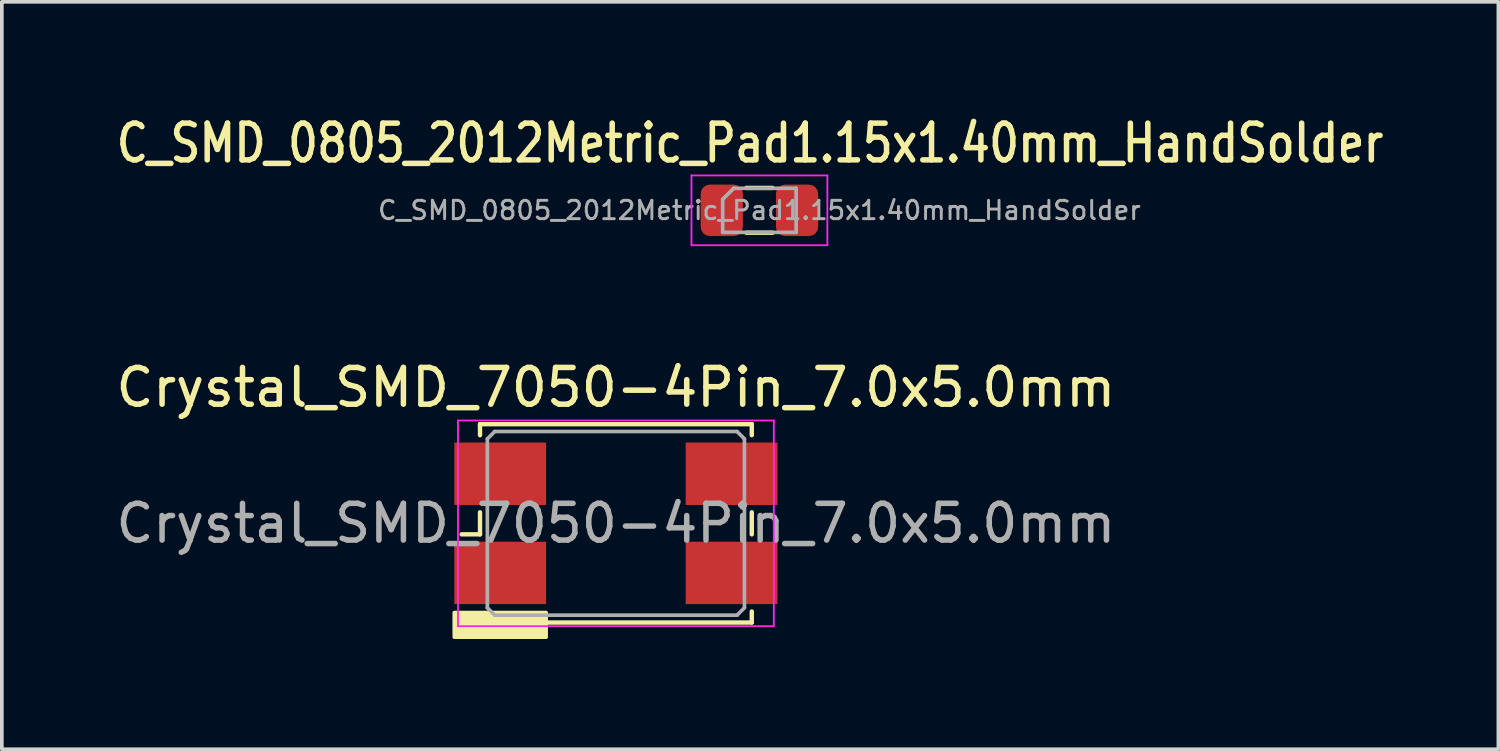
<source format=kicad_pcb>
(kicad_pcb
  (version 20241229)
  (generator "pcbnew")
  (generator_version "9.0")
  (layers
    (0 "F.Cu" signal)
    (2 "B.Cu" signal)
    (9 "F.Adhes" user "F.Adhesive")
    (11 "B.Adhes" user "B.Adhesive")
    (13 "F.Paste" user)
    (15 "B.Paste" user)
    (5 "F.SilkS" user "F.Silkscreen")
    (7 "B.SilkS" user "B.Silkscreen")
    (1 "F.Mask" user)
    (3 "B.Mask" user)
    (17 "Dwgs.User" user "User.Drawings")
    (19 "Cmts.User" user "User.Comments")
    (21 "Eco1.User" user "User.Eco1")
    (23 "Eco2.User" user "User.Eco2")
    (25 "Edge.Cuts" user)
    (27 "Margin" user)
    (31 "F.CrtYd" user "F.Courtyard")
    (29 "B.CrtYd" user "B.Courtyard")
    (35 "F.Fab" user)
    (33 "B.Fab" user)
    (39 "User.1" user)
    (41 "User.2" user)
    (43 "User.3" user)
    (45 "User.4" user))
  (footprint "Crystal_SMD_7050-4Pin_7.0x5.0mm"
    (layer "F.Cu")
    (at 13.72 11.2)
    (property "Reference" "Crystal_SMD_7050-4Pin_7.0x5.0mm" (at 0 -3.7 0) (layer "F.SilkS") (effects (font (size 1 1) (thickness 0.15))))
    (attr smd)
    (fp_line (start -4.2 0.3) (end -3.7 0.3) (stroke (width 0.12) (type solid)) (layer "F.SilkS"))
    (fp_line (start -3.7 -2.7) (end 3.7 -2.7) (stroke (width 0.12) (type solid)) (layer "F.SilkS"))
    (fp_line (start -3.7 -2.4) (end -3.7 -2.7) (stroke (width 0.12) (type solid)) (layer "F.SilkS"))
    (fp_line (start -3.7 0.3) (end -3.7 -0.3) (stroke (width 0.12) (type solid)) (layer "F.SilkS"))
    (fp_line (start -3.7 2.7) (end 3.7 2.7) (stroke (width 0.12) (type solid)) (layer "F.SilkS"))
    (fp_line (start 3.7 -2.7) (end 3.7 -2.4) (stroke (width 0.12) (type solid)) (layer "F.SilkS"))
    (fp_line (start 3.7 -0.3) (end 3.7 0.3) (stroke (width 0.12) (type solid)) (layer "F.SilkS"))
    (fp_line (start 3.7 2.7) (end 3.7 2.4) (stroke (width 0.12) (type solid)) (layer "F.SilkS"))
    (fp_poly (pts (xy -1.9 3.1) (xy -1.9 2.43) (xy -4.4 2.43) (xy -4.4 3.1)) (stroke (width 0.1) (type solid)) (fill yes) (layer "F.SilkS"))
    (fp_line (start -4.3 -2.8) (end -4.3 2.8) (stroke (width 0.05) (type solid)) (layer "F.CrtYd"))
    (fp_line (start -4.3 2.8) (end 4.3 2.8) (stroke (width 0.05) (type solid)) (layer "F.CrtYd"))
    (fp_line (start 4.3 -2.8) (end -4.3 -2.8) (stroke (width 0.05) (type solid)) (layer "F.CrtYd"))
    (fp_line (start 4.3 2.8) (end 4.3 -2.8) (stroke (width 0.05) (type solid)) (layer "F.CrtYd"))
    (fp_line (start -3.5 -2.3) (end -3.3 -2.5) (stroke (width 0.1) (type solid)) (layer "F.Fab"))
    (fp_line (start -3.5 2.3) (end -3.5 -2.3) (stroke (width 0.1) (type solid)) (layer "F.Fab"))
    (fp_line (start -3.3 -2.5) (end 3.3 -2.5) (stroke (width 0.1) (type solid)) (layer "F.Fab"))
    (fp_line (start -3.3 2.5) (end -3.5 2.3) (stroke (width 0.1) (type solid)) (layer "F.Fab"))
    (fp_line (start 3.3 -2.5) (end 3.5 -2.3) (stroke (width 0.1) (type solid)) (layer "F.Fab"))
    (fp_line (start 3.3 2.5) (end -3.3 2.5) (stroke (width 0.1) (type solid)) (layer "F.Fab"))
    (fp_line (start 3.5 -2.3) (end 3.5 2.3) (stroke (width 0.1) (type solid)) (layer "F.Fab"))
    (fp_line (start 3.5 2.3) (end 3.3 2.5) (stroke (width 0.1) (type solid)) (layer "F.Fab"))
    (fp_text user "${REFERENCE}" (at 0 0 0) (layer "F.Fab") (effects (font (size 1 1) (thickness 0.15))))
    (pad "1" smd rect (at -3.15 1.35) (size 2.5 1.7) (layers "F.Cu" "F.Mask" "F.Paste"))
    (pad "2" smd rect (at 3.15 1.35) (size 2.5 1.7) (layers "F.Cu" "F.Mask" "F.Paste"))
    (pad "3" smd rect (at 3.15 -1.35) (size 2.5 1.7) (layers "F.Cu" "F.Mask" "F.Paste"))
    (pad "4" smd rect (at -3.15 -1.35) (size 2.5 1.7) (layers "F.Cu" "F.Mask" "F.Paste")))
  (footprint "C_SMD_0805_2012Metric_Pad1.15x1.40mm_HandSolder"
    (layer "F.Cu")
    (at 17.628 2.677)
    (property "Reference" "C_SMD_0805_2012Metric_Pad1.15x1.40mm_HandSolder" (at -0.254 -1.829 0) (layer "F.SilkS") (effects (font (size 1 0.83) (thickness 0.15))))
    (attr smd)
    (fp_line (start 0.356 -0.61) (end -0.356 -0.61) (stroke (width 0.12) (type solid)) (layer "F.SilkS"))
    (fp_line (start 0.356 0.61) (end -0.356 0.61) (stroke (width 0.12) (type solid)) (layer "F.SilkS"))
    (fp_line (start -1.85 -0.95) (end 1.85 -0.95) (stroke (width 0.05) (type solid)) (layer "F.CrtYd"))
    (fp_line (start -1.85 0.95) (end -1.85 -0.95) (stroke (width 0.05) (type solid)) (layer "F.CrtYd"))
    (fp_line (start 1.85 -0.95) (end 1.85 0.95) (stroke (width 0.05) (type solid)) (layer "F.CrtYd"))
    (fp_line (start 1.85 0.95) (end -1.85 0.95) (stroke (width 0.05) (type solid)) (layer "F.CrtYd"))
    (fp_line (start -1 -0.3) (end -1 0.6) (stroke (width 0.1) (type solid)) (layer "F.Fab"))
    (fp_line (start -1 0.6) (end 1 0.6) (stroke (width 0.1) (type solid)) (layer "F.Fab"))
    (fp_line (start -0.7 -0.6) (end -1 -0.3) (stroke (width 0.1) (type solid)) (layer "F.Fab"))
    (fp_line (start 1 -0.6) (end -0.7 -0.6) (stroke (width 0.1) (type solid)) (layer "F.Fab"))
    (fp_line (start 1 0.6) (end 1 -0.6) (stroke (width 0.1) (type solid)) (layer "F.Fab"))
    (fp_text user "${REFERENCE}" (at 0 0 0) (layer "F.Fab") (effects (font (size 0.5 0.5) (thickness 0.08))))
    (pad "1" smd roundrect (at -1.025 0) (size 1.15 1.4) (layers "F.Cu" "F.Mask" "F.Paste") (roundrect_rratio 0.217))
    (pad "2" smd roundrect (at 1.025 0) (size 1.15 1.4) (layers "F.Cu" "F.Mask" "F.Paste") (roundrect_rratio 0.217)))
  (gr_rect
    (start -3 -3)
    (end 37.749 17.35)
    (stroke (width 0.1) (type default))
    (fill no)
    (layer "Edge.Cuts")))
</source>
